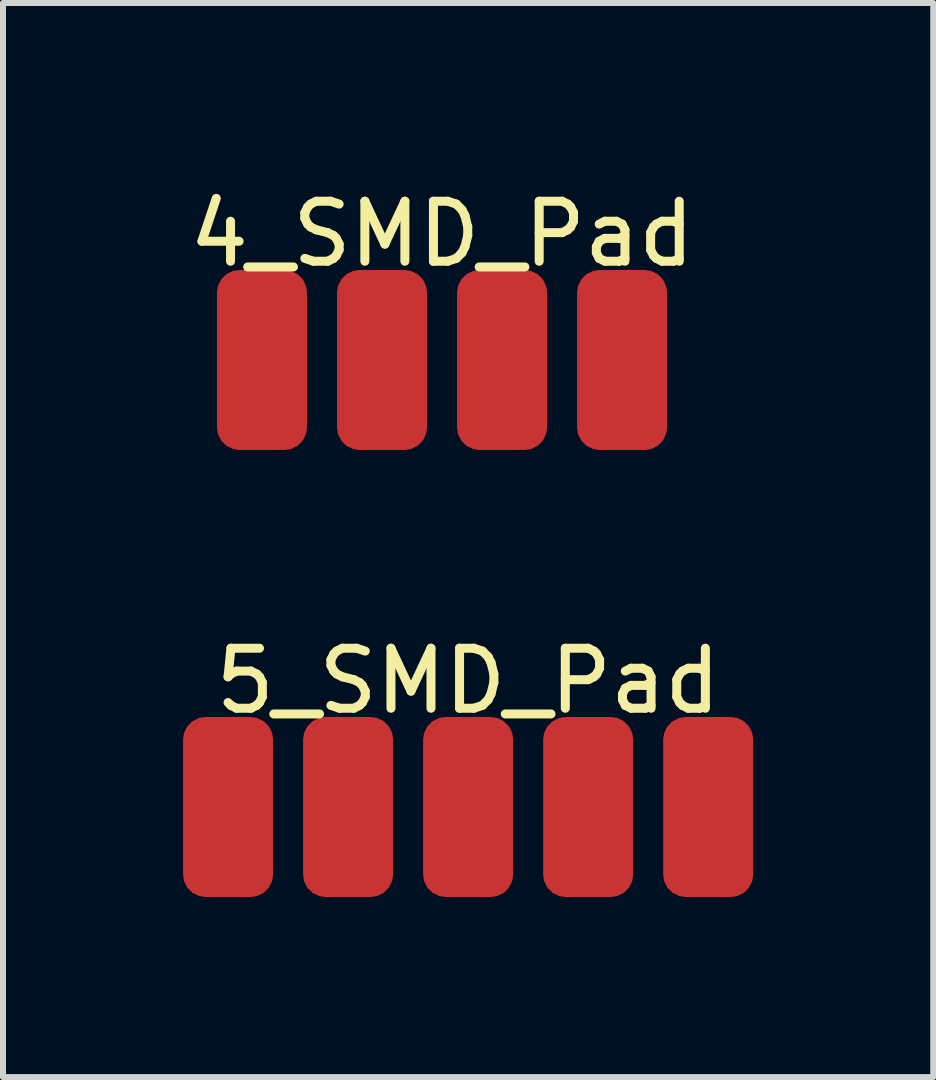
<source format=kicad_pcb>
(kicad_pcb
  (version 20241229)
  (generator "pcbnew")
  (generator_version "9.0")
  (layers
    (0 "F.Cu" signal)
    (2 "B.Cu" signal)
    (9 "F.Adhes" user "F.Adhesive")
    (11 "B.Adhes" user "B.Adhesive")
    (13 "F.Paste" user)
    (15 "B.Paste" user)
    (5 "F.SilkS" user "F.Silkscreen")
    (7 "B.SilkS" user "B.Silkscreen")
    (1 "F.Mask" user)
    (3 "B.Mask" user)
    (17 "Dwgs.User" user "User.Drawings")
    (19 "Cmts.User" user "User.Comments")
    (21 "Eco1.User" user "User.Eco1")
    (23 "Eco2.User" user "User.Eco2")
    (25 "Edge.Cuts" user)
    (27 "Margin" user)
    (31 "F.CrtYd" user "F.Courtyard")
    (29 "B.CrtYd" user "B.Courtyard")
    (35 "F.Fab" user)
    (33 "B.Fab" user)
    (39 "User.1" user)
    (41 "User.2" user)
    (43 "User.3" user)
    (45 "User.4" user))
  (footprint "5_SMD_Pad"
    (layer "F.Cu")
    (at 4.75 10.396)
    (property "Reference" "5_SMD_Pad" (at 0 -2.1 0) (layer "F.SilkS") (effects (font (size 1 1) (thickness 0.15))))
    (attr through_hole)
    (pad "1" smd roundrect (at -4 0) (size 1.5 3) (layers "F.Cu" "F.Mask" "F.Paste") (roundrect_rratio 0.25))
    (pad "2" smd roundrect (at -2 0) (size 1.5 3) (layers "F.Cu" "F.Mask" "F.Paste") (roundrect_rratio 0.25))
    (pad "3" smd roundrect (at 0 0) (size 1.5 3) (layers "F.Cu" "F.Mask" "F.Paste") (roundrect_rratio 0.25))
    (pad "4" smd roundrect (at 2 0) (size 1.5 3) (layers "F.Cu" "F.Mask" "F.Paste") (roundrect_rratio 0.25))
    (pad "5" smd roundrect (at 4 0) (size 1.5 3) (layers "F.Cu" "F.Mask" "F.Paste") (roundrect_rratio 0.25)))
  (footprint "4_SMD_Pad"
    (layer "F.Cu")
    (at 4.315 2.948)
    (property "Reference" "4_SMD_Pad" (at 0 -2.1 0) (layer "F.SilkS") (effects (font (size 1 1) (thickness 0.15))))
    (attr through_hole)
    (pad "1" smd roundrect (at -3 0) (size 1.5 3) (layers "F.Cu" "F.Mask" "F.Paste") (roundrect_rratio 0.25))
    (pad "2" smd roundrect (at -1 0) (size 1.5 3) (layers "F.Cu" "F.Mask" "F.Paste") (roundrect_rratio 0.25))
    (pad "3" smd roundrect (at 1 0) (size 1.5 3) (layers "F.Cu" "F.Mask" "F.Paste") (roundrect_rratio 0.25))
    (pad "4" smd roundrect (at 3 0) (size 1.5 3) (layers "F.Cu" "F.Mask" "F.Paste") (roundrect_rratio 0.25)))
  (gr_rect
    (start -3 -3)
    (end 12.5 14.896)
    (stroke (width 0.1) (type default))
    (fill no)
    (layer "Edge.Cuts")))
</source>
